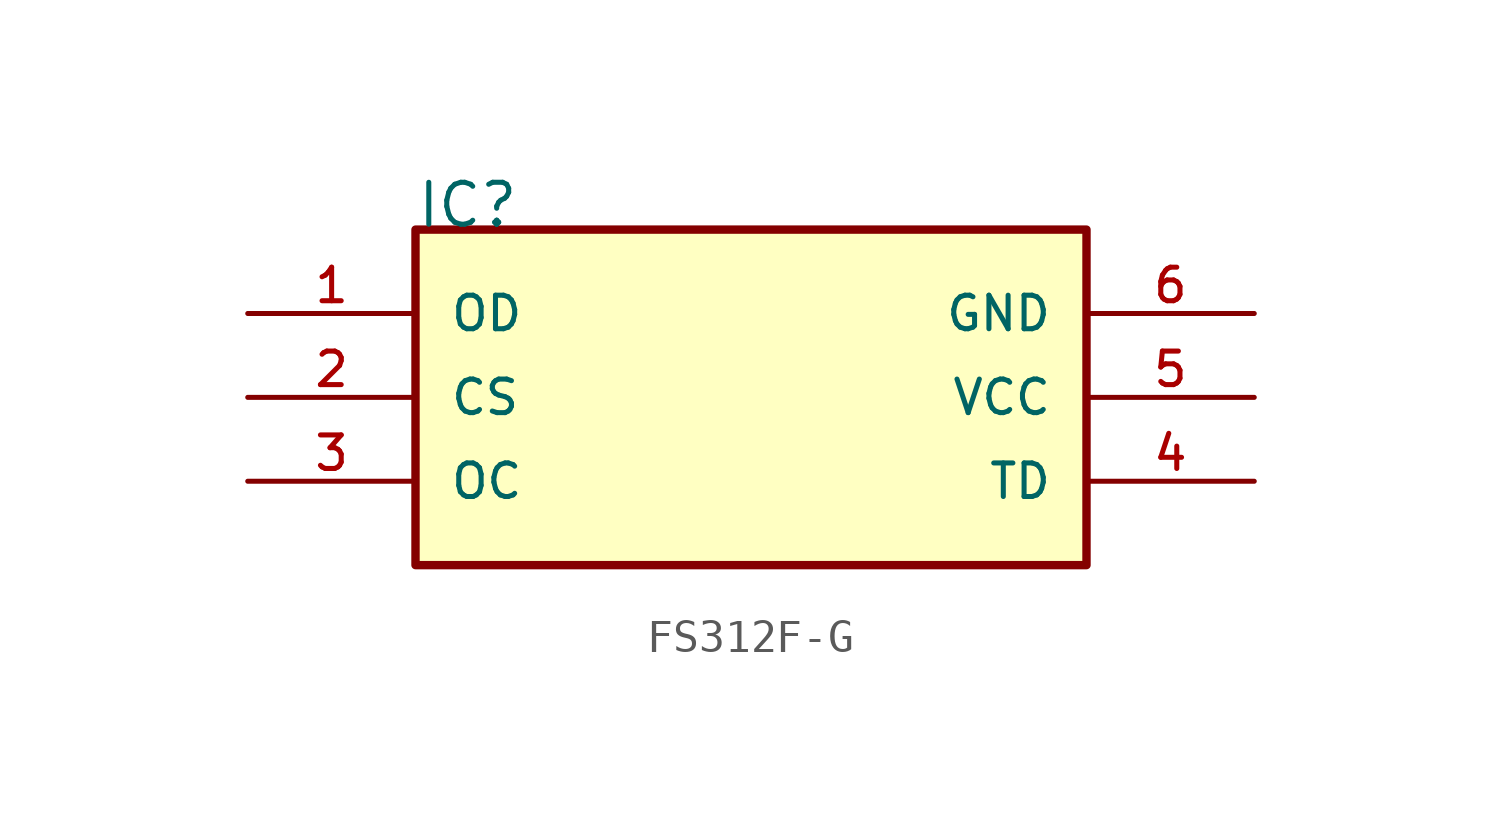
<source format=kicad_sym>
(kicad_symbol_lib
  (version 20211014)
  (generator kicad_symbol_editor)
  (symbol "FS312F-G"
    (pin_names
      (offset 1.016))
    (property "Reference" "IC"
      (at -10.16 5.08 0)
      (effects (font (size 1.27 1.27)) (justify left bottom)))
    (property "ki_locked" ""
      (at 0 0 0)
      (effects (font (size 1.27 1.27))))
    (symbol "FS312F-G_0_0"
      (rectangle (start -10.16 -5.08) (end 10.16 5.08) (stroke (width 0.254) (type default) (color 0 0 0 0)) (fill (type background)))
      (pin bidirectional line (at -15.24 2.54 0) (length 5.08) (name "OD" (effects (font (size 1.016 1.016)))) (number "1" (effects (font (size 1.016 1.016)))))
      (pin bidirectional line (at -15.24 0 0) (length 5.08) (name "CS" (effects (font (size 1.016 1.016)))) (number "2" (effects (font (size 1.016 1.016)))))
      (pin bidirectional line (at -15.24 -2.54 0) (length 5.08) (name "OC" (effects (font (size 1.016 1.016)))) (number "3" (effects (font (size 1.016 1.016)))))
      (pin bidirectional line (at 15.24 -2.54 180) (length 5.08) (name "TD" (effects (font (size 1.016 1.016)))) (number "4" (effects (font (size 1.016 1.016)))))
      (pin bidirectional line (at 15.24 0 180) (length 5.08) (name "VCC" (effects (font (size 1.016 1.016)))) (number "5" (effects (font (size 1.016 1.016)))))
      (pin bidirectional line (at 15.24 2.54 180) (length 5.08) (name "GND" (effects (font (size 1.016 1.016)))) (number "6" (effects (font (size 1.016 1.016))))))))
</source>
